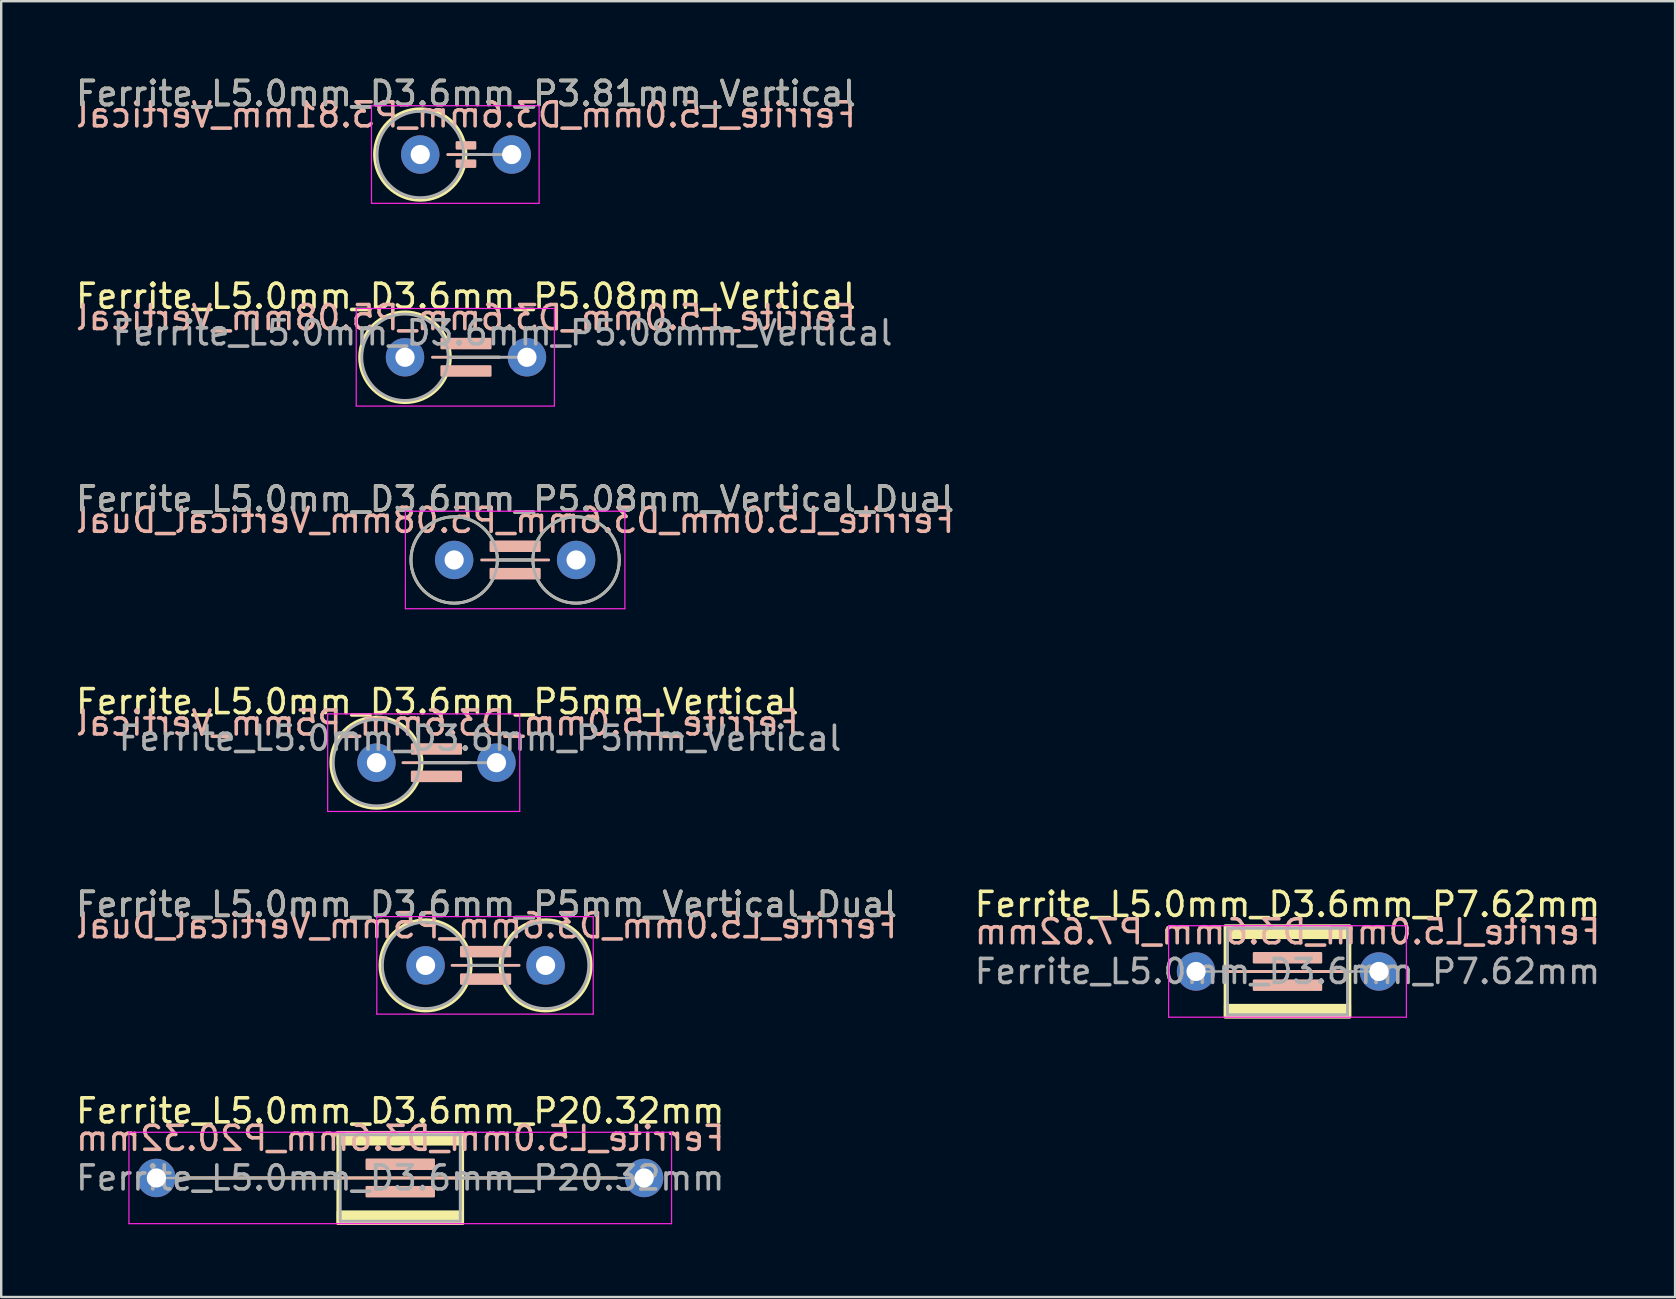
<source format=kicad_pcb>
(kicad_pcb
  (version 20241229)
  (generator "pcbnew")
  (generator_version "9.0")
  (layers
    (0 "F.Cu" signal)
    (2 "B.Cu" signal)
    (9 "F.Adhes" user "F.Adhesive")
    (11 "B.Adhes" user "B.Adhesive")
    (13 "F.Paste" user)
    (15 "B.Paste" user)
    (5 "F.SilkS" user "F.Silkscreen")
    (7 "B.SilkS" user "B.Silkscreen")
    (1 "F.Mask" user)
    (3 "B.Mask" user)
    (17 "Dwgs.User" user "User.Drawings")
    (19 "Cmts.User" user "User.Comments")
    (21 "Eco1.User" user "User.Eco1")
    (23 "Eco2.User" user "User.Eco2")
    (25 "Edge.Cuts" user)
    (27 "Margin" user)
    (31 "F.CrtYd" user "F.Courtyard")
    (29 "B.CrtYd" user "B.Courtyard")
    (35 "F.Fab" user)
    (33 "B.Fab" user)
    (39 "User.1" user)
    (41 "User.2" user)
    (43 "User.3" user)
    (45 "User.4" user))
  (footprint "Ferrite_L5.0mm_D3.6mm_P5.08mm_Vertical"
    (layer "F.Cu")
    (at 13.823 11.834)
    (property "Reference" "Ferrite_L5.0mm_D3.6mm_P5.08mm_Vertical" (at 2.54 -2.54 0) (layer "F.SilkS") (effects (font (size 1 1) (thickness 0.15))))
    (fp_line (start 3.937 0) (end 1.89 0) (stroke (width 0.12) (type solid)) (layer "F.SilkS"))
    (fp_circle (center 0 0) (end 1.89 0) (stroke (width 0.12) (type solid)) (fill no) (layer "F.SilkS"))
    (fp_line (start 3.937 0) (end 1.143 0) (stroke (width 0.12) (type solid)) (layer "B.SilkS"))
    (fp_rect (start 1.524 -0.762) (end 3.556 -0.381) (stroke (width 0.1) (type solid)) (fill yes) (layer "B.SilkS"))
    (fp_rect (start 1.524 0.381) (end 3.556 0.762) (stroke (width 0.1) (type solid)) (fill yes) (layer "B.SilkS"))
    (fp_line (start -2.032 -2.032) (end 6.223 -2.032) (stroke (width 0.05) (type solid)) (layer "F.CrtYd"))
    (fp_line (start -2.032 2.032) (end -2.032 -2.032) (stroke (width 0.05) (type solid)) (layer "F.CrtYd"))
    (fp_line (start 6.223 -2.032) (end 6.223 2.032) (stroke (width 0.05) (type solid)) (layer "F.CrtYd"))
    (fp_line (start 6.223 2.032) (end -2.032 2.032) (stroke (width 0.05) (type solid)) (layer "F.CrtYd"))
    (fp_line (start 5.08 0) (end 1.8 0) (stroke (width 0.12) (type solid)) (layer "F.Fab"))
    (fp_circle (center 0 0) (end 1.8 0) (stroke (width 0.12) (type solid)) (fill no) (layer "F.Fab"))
    (fp_text user "${REFERENCE}" (at 2.54 -1.651 0) (layer "B.SilkS") (effects (font (size 1 1) (thickness 0.15)) (justify mirror)))
    (fp_text user "${REFERENCE}" (at 4.064 -1.016 0) (layer "F.Fab") (effects (font (size 1 1) (thickness 0.15))))
    (pad "1" thru_hole circle (at 0 0) (size 1.6 1.6) (drill 0.8) (layers "*.Cu" "*.Mask"))
    (pad "2" thru_hole circle (at 5.08 0) (size 1.6 1.6) (drill 0.8) (layers "*.Cu" "*.Mask")))
  (footprint "Ferrite_L5.0mm_D3.6mm_P5mm_Vertical"
    (layer "F.Cu")
    (at 12.633 28.724)
    (property "Reference" "Ferrite_L5.0mm_D3.6mm_P5mm_Vertical" (at 2.54 -2.54 0) (layer "F.SilkS") (effects (font (size 1 1) (thickness 0.15))))
    (fp_line (start 3.81 0) (end 1.9 0) (stroke (width 0.12) (type solid)) (layer "F.SilkS"))
    (fp_circle (center 0 0) (end 1.9 0) (stroke (width 0.12) (type solid)) (fill no) (layer "F.SilkS"))
    (fp_line (start 3.897 0) (end 1.103 0) (stroke (width 0.12) (type solid)) (layer "B.SilkS"))
    (fp_rect (start 1.484 -0.762) (end 3.516 -0.381) (stroke (width 0.1) (type solid)) (fill yes) (layer "B.SilkS"))
    (fp_rect (start 1.484 0.381) (end 3.516 0.762) (stroke (width 0.1) (type solid)) (fill yes) (layer "B.SilkS"))
    (fp_line (start -2.032 -2.032) (end 5.969 -2.032) (stroke (width 0.05) (type solid)) (layer "F.CrtYd"))
    (fp_line (start -2.032 2.032) (end -2.032 -2.032) (stroke (width 0.05) (type solid)) (layer "F.CrtYd"))
    (fp_line (start 5.969 -2.032) (end 5.969 2.032) (stroke (width 0.05) (type solid)) (layer "F.CrtYd"))
    (fp_line (start 5.969 2.032) (end -2.032 2.032) (stroke (width 0.05) (type solid)) (layer "F.CrtYd"))
    (fp_line (start 5 0) (end 1.8 0) (stroke (width 0.12) (type solid)) (layer "F.Fab"))
    (fp_circle (center 0 0) (end 1.8 0) (stroke (width 0.12) (type solid)) (fill no) (layer "F.Fab"))
    (fp_text user "${REFERENCE}" (at 2.54 -1.651 0) (layer "B.SilkS") (effects (font (size 1 1) (thickness 0.15)) (justify mirror)))
    (fp_text user "${REFERENCE}" (at 4.318 -1.016 0) (layer "F.Fab") (effects (font (size 1 1) (thickness 0.15))))
    (pad "1" thru_hole circle (at 0 0) (size 1.6 1.6) (drill 0.8) (layers "*.Cu" "*.Mask"))
    (pad "2" thru_hole circle (at 5 0) (size 1.6 1.6) (drill 0.8) (layers "*.Cu" "*.Mask")))
  (footprint "Ferrite_L5.0mm_D3.6mm_P20.32mm"
    (layer "F.Cu")
    (at 3.465 46.026)
    (property "Reference" "Ferrite_L5.0mm_D3.6mm_P20.32mm" (at 10.16 -2.794 0) (layer "F.SilkS") (effects (font (size 1 1) (thickness 0.15))))
    (fp_line (start 13.044 0.000002) (end 1.143 0) (stroke (width 0.12) (type solid)) (layer "F.SilkS"))
    (fp_line (start 13.044 0.000002) (end 19.177 0) (stroke (width 0.12) (type solid)) (layer "F.SilkS"))
    (fp_rect (start 7.56 -1.9) (end 12.76 1.9) (stroke (width 0.12) (type solid)) (fill no) (layer "F.SilkS"))
    (fp_poly (pts (xy 12.76 -1.4) (xy 7.56 -1.4) (xy 7.56 -1.9) (xy 12.76 -1.9)) (stroke (width 0.1) (type solid)) (fill yes) (layer "F.SilkS"))
    (fp_poly (pts (xy 12.76 1.9) (xy 7.56 1.9) (xy 7.56 1.4) (xy 12.76 1.4)) (stroke (width 0.1) (type solid)) (fill yes) (layer "F.SilkS"))
    (fp_line (start 1.143 0) (end 19.177 0) (stroke (width 0.12) (type solid)) (layer "B.SilkS"))
    (fp_rect (start 8.763 -0.762) (end 11.557 -0.381) (stroke (width 0.1) (type solid)) (fill yes) (layer "B.SilkS"))
    (fp_rect (start 8.763 0.381) (end 11.557 0.762) (stroke (width 0.1) (type solid)) (fill yes) (layer "B.SilkS"))
    (fp_line (start -1.143 -1.905) (end 21.463 -1.905) (stroke (width 0.05) (type solid)) (layer "F.CrtYd"))
    (fp_line (start -1.143 1.905) (end -1.143 -1.905) (stroke (width 0.05) (type solid)) (layer "F.CrtYd"))
    (fp_line (start 21.463 -1.905) (end 21.463 1.905) (stroke (width 0.05) (type solid)) (layer "F.CrtYd"))
    (fp_line (start 21.463 1.905) (end -1.143 1.905) (stroke (width 0.05) (type solid)) (layer "F.CrtYd"))
    (fp_line (start 0 0) (end 7.66 0) (stroke (width 0.1) (type solid)) (layer "F.Fab"))
    (fp_line (start 7.66 -1.8) (end 12.66 -1.8) (stroke (width 0.12) (type solid)) (layer "F.Fab"))
    (fp_line (start 7.66 0) (end 7.66 -1.8) (stroke (width 0.12) (type solid)) (layer "F.Fab"))
    (fp_line (start 7.66 1.8) (end 7.66 0) (stroke (width 0.12) (type solid)) (layer "F.Fab"))
    (fp_line (start 12.66 -1.8) (end 12.66 1.8) (stroke (width 0.12) (type solid)) (layer "F.Fab"))
    (fp_line (start 12.66 1.8) (end 7.66 1.8) (stroke (width 0.12) (type solid)) (layer "F.Fab"))
    (fp_line (start 20.32 0) (end 12.66 0) (stroke (width 0.1) (type solid)) (layer "F.Fab"))
    (fp_text user "${REFERENCE}" (at 10.16 -1.651 0) (layer "B.SilkS") (effects (font (size 1 1) (thickness 0.15)) (justify mirror)))
    (fp_text user "${REFERENCE}" (at 10.16 0 0) (layer "F.Fab") (effects (font (size 1 1) (thickness 0.15))))
    (pad "1" thru_hole circle (at 0 0) (size 1.6 1.6) (drill 0.8) (layers "*.Cu" "*.Mask"))
    (pad "2" thru_hole circle (at 20.32 0) (size 1.6 1.6) (drill 0.8) (layers "*.Cu" "*.Mask")))
  (footprint "Ferrite_L5.0mm_D3.6mm_P3.81mm_Vertical"
    (layer "F.Cu")
    (at 14.458 3.388)
    (property "Reference" "Ferrite_L5.0mm_D3.6mm_P3.81mm_Vertical" (at 1.905 -2.54 0) (layer "F.SilkS") (effects (font (size 1 1) (thickness 0.15))))
    (fp_line (start 1.905 0) (end 2.667 0) (stroke (width 0.12) (type solid)) (layer "F.SilkS"))
    (fp_circle (center 0 0) (end 1.905 0) (stroke (width 0.12) (type solid)) (fill no) (layer "F.SilkS"))
    (fp_line (start 2.667 0) (end 1.143 0) (stroke (width 0.12) (type solid)) (layer "B.SilkS"))
    (fp_rect (start 1.524 -0.508) (end 2.286 -0.254) (stroke (width 0.1) (type solid)) (fill yes) (layer "B.SilkS"))
    (fp_rect (start 1.524 0.254) (end 2.286 0.508) (stroke (width 0.1) (type solid)) (fill yes) (layer "B.SilkS"))
    (fp_line (start -2.032 -2.032) (end 4.953 -2.032) (stroke (width 0.05) (type solid)) (layer "F.CrtYd"))
    (fp_line (start -2.032 2.032) (end -2.032 -2.032) (stroke (width 0.05) (type solid)) (layer "F.CrtYd"))
    (fp_line (start 4.953 -2.032) (end 4.953 2.032) (stroke (width 0.05) (type solid)) (layer "F.CrtYd"))
    (fp_line (start 4.953 2.032) (end -2.032 2.032) (stroke (width 0.05) (type solid)) (layer "F.CrtYd"))
    (fp_line (start 1.8 0) (end 3.81 0) (stroke (width 0.12) (type solid)) (layer "F.Fab"))
    (fp_circle (center 0 0) (end 1.8 0) (stroke (width 0.12) (type solid)) (fill no) (layer "F.Fab"))
    (fp_text user "${REFERENCE}" (at 1.905 -1.651 0) (layer "B.SilkS") (effects (font (size 1 1) (thickness 0.15)) (justify mirror)))
    (fp_text user "${REFERENCE}" (at 1.905 -2.539 0) (layer "F.Fab") (effects (font (size 1 1) (thickness 0.15))))
    (pad "1" thru_hole circle (at 0 0) (size 1.6 1.6) (drill 0.8) (layers "*.Cu" "*.Mask"))
    (pad "2" thru_hole circle (at 3.81 0) (size 1.6 1.6) (drill 0.8) (layers "*.Cu" "*.Mask")))
  (footprint "Ferrite_L5.0mm_D3.6mm_P5.08mm_Vertical_Dual"
    (layer "F.Cu")
    (at 15.871 20.279)
    (property "Reference" "Ferrite_L5.0mm_D3.6mm_P5.08mm_Vertical_Dual" (at 2.54 -2.54 0) (layer "F.SilkS") (effects (font (size 1 1) (thickness 0.15))))
    (fp_line (start 3.28 0) (end 1.8 0) (stroke (width 0.12) (type solid)) (layer "F.SilkS"))
    (fp_circle (center 0 0) (end 1.8 0) (stroke (width 0.12) (type solid)) (fill no) (layer "F.SilkS"))
    (fp_circle (center 5.08 0) (end 6.88 0) (stroke (width 0.12) (type solid)) (fill no) (layer "F.SilkS"))
    (fp_line (start 3.937 0) (end 1.143 0) (stroke (width 0.12) (type solid)) (layer "B.SilkS"))
    (fp_rect (start 1.524 -0.762) (end 3.556 -0.381) (stroke (width 0.1) (type solid)) (fill yes) (layer "B.SilkS"))
    (fp_rect (start 1.524 0.381) (end 3.556 0.762) (stroke (width 0.1) (type solid)) (fill yes) (layer "B.SilkS"))
    (fp_line (start -2.032 -2.032) (end 7.112 -2.032) (stroke (width 0.05) (type solid)) (layer "F.CrtYd"))
    (fp_line (start -2.032 2.032) (end -2.032 -2.032) (stroke (width 0.05) (type solid)) (layer "F.CrtYd"))
    (fp_line (start 7.112 -2.032) (end 7.112 2.032) (stroke (width 0.05) (type solid)) (layer "F.CrtYd"))
    (fp_line (start 7.112 2.032) (end -2.032 2.032) (stroke (width 0.05) (type solid)) (layer "F.CrtYd"))
    (fp_line (start 3.28 0) (end 1.8 0) (stroke (width 0.12) (type solid)) (layer "F.Fab"))
    (fp_circle (center 0 0) (end 1.8 0) (stroke (width 0.12) (type solid)) (fill no) (layer "F.Fab"))
    (fp_circle (center 5.08 0) (end 6.88 0) (stroke (width 0.12) (type solid)) (fill no) (layer "F.Fab"))
    (fp_text user "${REFERENCE}" (at 2.54 -1.651 0) (layer "B.SilkS") (effects (font (size 1 1) (thickness 0.15)) (justify mirror)))
    (fp_text user "${REFERENCE}" (at 2.54 -2.54 0) (layer "F.Fab") (effects (font (size 1 1) (thickness 0.15))))
    (pad "1" thru_hole circle (at 0 0) (size 1.6 1.6) (drill 0.8) (layers "*.Cu" "*.Mask"))
    (pad "2" thru_hole circle (at 5.08 0) (size 1.6 1.6) (drill 0.8) (layers "*.Cu" "*.Mask")))
  (footprint "Ferrite_L5.0mm_D3.6mm_P7.62mm"
    (layer "F.Cu")
    (at 46.779 37.423)
    (property "Reference" "Ferrite_L5.0mm_D3.6mm_P7.62mm" (at 3.81 -2.794 0) (layer "F.SilkS") (effects (font (size 1 1) (thickness 0.15))))
    (fp_line (start 5.424 0.000002) (end 1.143 0) (stroke (width 0.12) (type solid)) (layer "F.SilkS"))
    (fp_line (start 5.424 0.000002) (end 6.477 0) (stroke (width 0.12) (type solid)) (layer "F.SilkS"))
    (fp_rect (start 1.21 -1.9) (end 6.41 1.9) (stroke (width 0.12) (type solid)) (fill no) (layer "F.SilkS"))
    (fp_poly (pts (xy 1.21 1.4) (xy 6.41 1.4) (xy 6.41 1.9) (xy 1.21 1.9)) (stroke (width 0.1) (type solid)) (fill yes) (layer "F.SilkS"))
    (fp_poly (pts (xy 6.41 -1.4) (xy 1.21 -1.4) (xy 1.21 -1.9) (xy 6.41 -1.9)) (stroke (width 0.1) (type solid)) (fill yes) (layer "F.SilkS"))
    (fp_line (start 1.143 0) (end 6.477 0) (stroke (width 0.12) (type solid)) (layer "B.SilkS"))
    (fp_rect (start 2.413 -0.762) (end 5.207 -0.381) (stroke (width 0.1) (type solid)) (fill yes) (layer "B.SilkS"))
    (fp_rect (start 2.413 0.381) (end 5.207 0.762) (stroke (width 0.1) (type solid)) (fill yes) (layer "B.SilkS"))
    (fp_line (start -1.143 -1.905) (end 8.763 -1.905) (stroke (width 0.05) (type solid)) (layer "F.CrtYd"))
    (fp_line (start -1.143 1.905) (end -1.143 -1.905) (stroke (width 0.05) (type solid)) (layer "F.CrtYd"))
    (fp_line (start 8.763 -1.905) (end 8.763 1.905) (stroke (width 0.05) (type solid)) (layer "F.CrtYd"))
    (fp_line (start 8.763 1.905) (end -1.143 1.905) (stroke (width 0.05) (type solid)) (layer "F.CrtYd"))
    (fp_line (start 0 0) (end 1.31 0) (stroke (width 0.1) (type solid)) (layer "F.Fab"))
    (fp_line (start 1.31 -1.8) (end 6.31 -1.8) (stroke (width 0.12) (type solid)) (layer "F.Fab"))
    (fp_line (start 1.31 1.8) (end 1.31 -1.8) (stroke (width 0.12) (type solid)) (layer "F.Fab"))
    (fp_line (start 6.31 -1.8) (end 6.31 1.8) (stroke (width 0.12) (type solid)) (layer "F.Fab"))
    (fp_line (start 6.31 1.8) (end 1.31 1.8) (stroke (width 0.12) (type solid)) (layer "F.Fab"))
    (fp_line (start 7.62 0) (end 6.31 0) (stroke (width 0.1) (type solid)) (layer "F.Fab"))
    (fp_text user "${REFERENCE}" (at 3.81 -1.651 0) (layer "B.SilkS") (effects (font (size 1 1) (thickness 0.15)) (justify mirror)))
    (fp_text user "${REFERENCE}" (at 3.81 0 0) (layer "F.Fab") (effects (font (size 1 1) (thickness 0.15))))
    (pad "1" thru_hole circle (at 0 0) (size 1.6 1.6) (drill 0.8) (layers "*.Cu" "*.Mask"))
    (pad "2" thru_hole circle (at 7.62 0) (size 1.6 1.6) (drill 0.8) (layers "*.Cu" "*.Mask")))
  (footprint "Ferrite_L5.0mm_D3.6mm_P5mm_Vertical_Dual"
    (layer "F.Cu")
    (at 14.68 37.169)
    (property "Reference" "Ferrite_L5.0mm_D3.6mm_P5mm_Vertical_Dual" (at 2.54 -2.54 0) (layer "F.SilkS") (effects (font (size 1 1) (thickness 0.15))))
    (fp_line (start 3.1 0) (end 1.9 0) (stroke (width 0.12) (type solid)) (layer "F.SilkS"))
    (fp_circle (center 0 0) (end 1.9 0) (stroke (width 0.12) (type solid)) (fill no) (layer "F.SilkS"))
    (fp_circle (center 5 0) (end 6.9 0) (stroke (width 0.12) (type solid)) (fill no) (layer "F.SilkS"))
    (fp_line (start 3.897 0) (end 1.103 0) (stroke (width 0.12) (type solid)) (layer "B.SilkS"))
    (fp_rect (start 1.484 -0.762) (end 3.516 -0.381) (stroke (width 0.1) (type solid)) (fill yes) (layer "B.SilkS"))
    (fp_rect (start 1.484 0.381) (end 3.516 0.762) (stroke (width 0.1) (type solid)) (fill yes) (layer "B.SilkS"))
    (fp_line (start -2.032 -2.032) (end 6.985 -2.032) (stroke (width 0.05) (type solid)) (layer "F.CrtYd"))
    (fp_line (start -2.032 2.032) (end -2.032 -2.032) (stroke (width 0.05) (type solid)) (layer "F.CrtYd"))
    (fp_line (start 6.985 -2.032) (end 6.985 2.032) (stroke (width 0.05) (type solid)) (layer "F.CrtYd"))
    (fp_line (start 6.985 2.032) (end -2.032 2.032) (stroke (width 0.05) (type solid)) (layer "F.CrtYd"))
    (fp_line (start 3.2 0) (end 1.8 0) (stroke (width 0.12) (type solid)) (layer "F.Fab"))
    (fp_circle (center 0 0) (end 1.8 0) (stroke (width 0.12) (type solid)) (fill no) (layer "F.Fab"))
    (fp_circle (center 5 0) (end 6.8 0) (stroke (width 0.12) (type solid)) (fill no) (layer "F.Fab"))
    (fp_text user "${REFERENCE}" (at 2.54 -1.651 0) (layer "B.SilkS") (effects (font (size 1 1) (thickness 0.15)) (justify mirror)))
    (fp_text user "${REFERENCE}" (at 2.54 -2.54 0) (layer "F.Fab") (effects (font (size 1 1) (thickness 0.15))))
    (pad "1" thru_hole circle (at 0 0) (size 1.6 1.6) (drill 0.8) (layers "*.Cu" "*.Mask"))
    (pad "2" thru_hole circle (at 5 0) (size 1.6 1.6) (drill 0.8) (layers "*.Cu" "*.Mask")))
  (gr_rect
    (start -3 -3)
    (end 66.738 50.986)
    (stroke (width 0.1) (type default))
    (fill no)
    (layer "Edge.Cuts")))
</source>
